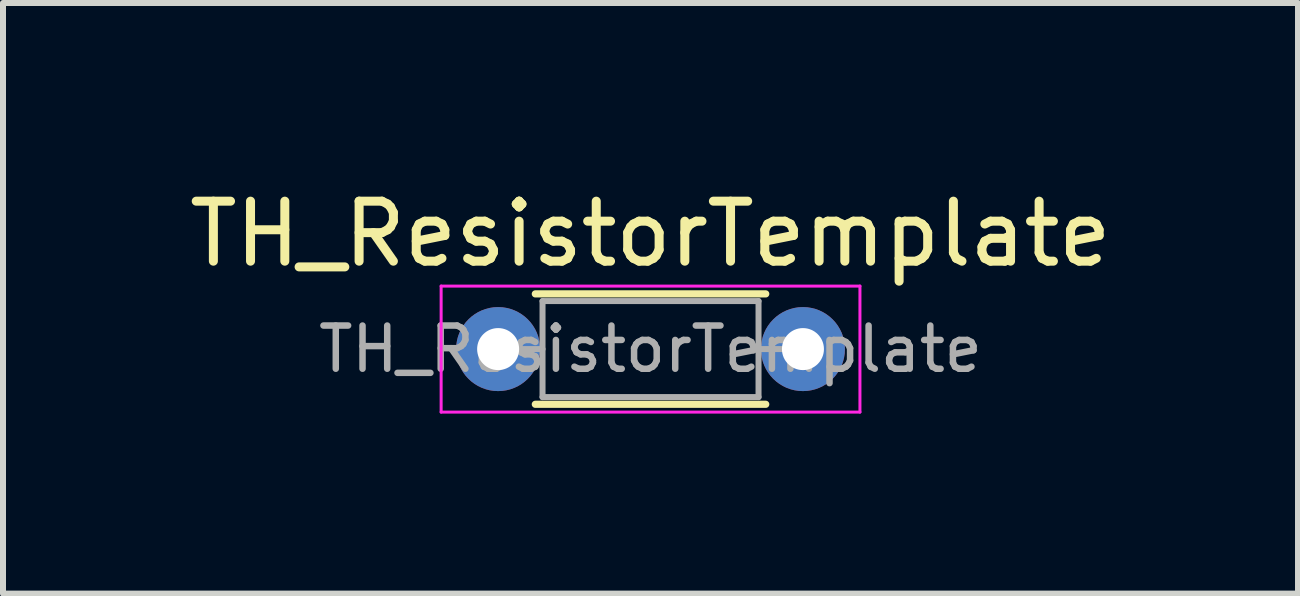
<source format=kicad_pcb>
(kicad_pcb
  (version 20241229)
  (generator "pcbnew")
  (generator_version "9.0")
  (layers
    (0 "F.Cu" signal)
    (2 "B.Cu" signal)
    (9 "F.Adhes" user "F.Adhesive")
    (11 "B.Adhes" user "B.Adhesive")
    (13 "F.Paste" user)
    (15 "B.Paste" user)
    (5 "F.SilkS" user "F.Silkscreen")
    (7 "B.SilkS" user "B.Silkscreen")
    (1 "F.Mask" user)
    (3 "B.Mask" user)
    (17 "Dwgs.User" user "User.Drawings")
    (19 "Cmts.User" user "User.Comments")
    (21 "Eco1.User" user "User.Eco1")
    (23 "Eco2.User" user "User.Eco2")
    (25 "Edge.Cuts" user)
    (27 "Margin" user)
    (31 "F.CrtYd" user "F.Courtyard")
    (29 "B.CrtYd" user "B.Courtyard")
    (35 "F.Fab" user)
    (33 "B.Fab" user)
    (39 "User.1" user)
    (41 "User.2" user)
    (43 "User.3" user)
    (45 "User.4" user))
  (footprint "TH_ResistorTemplate"
    (layer "F.Cu")
    (at 5.252 2.768)
    (property "Reference" "TH_ResistorTemplate" (at 2.54 -1.92 0) (layer "F.SilkS") (effects (font (size 1 1) (thickness 0.15))))
    (attr through_hole)
    (fp_line (start 0.62 -0.92) (end 4.46 -0.92) (stroke (width 0.12) (type solid)) (layer "F.SilkS"))
    (fp_line (start 0.62 0.92) (end 4.46 0.92) (stroke (width 0.12) (type solid)) (layer "F.SilkS"))
    (fp_line (start -0.95 -1.05) (end -0.95 1.05) (stroke (width 0.05) (type solid)) (layer "F.CrtYd"))
    (fp_line (start -0.95 1.05) (end 6.03 1.05) (stroke (width 0.05) (type solid)) (layer "F.CrtYd"))
    (fp_line (start 6.03 -1.05) (end -0.95 -1.05) (stroke (width 0.05) (type solid)) (layer "F.CrtYd"))
    (fp_line (start 6.03 1.05) (end 6.03 -1.05) (stroke (width 0.05) (type solid)) (layer "F.CrtYd"))
    (fp_line (start 0 0) (end 0.74 0) (stroke (width 0.1) (type solid)) (layer "F.Fab"))
    (fp_line (start 0.74 -0.8) (end 0.74 0.8) (stroke (width 0.1) (type solid)) (layer "F.Fab"))
    (fp_line (start 0.74 0.8) (end 4.34 0.8) (stroke (width 0.1) (type solid)) (layer "F.Fab"))
    (fp_line (start 4.34 -0.8) (end 0.74 -0.8) (stroke (width 0.1) (type solid)) (layer "F.Fab"))
    (fp_line (start 4.34 0.8) (end 4.34 -0.8) (stroke (width 0.1) (type solid)) (layer "F.Fab"))
    (fp_line (start 5.08 0) (end 4.34 0) (stroke (width 0.1) (type solid)) (layer "F.Fab"))
    (fp_text user "${REFERENCE}" (at 2.54 0 0) (layer "F.Fab") (effects (font (size 0.72 0.72) (thickness 0.108))))
    (pad "1" thru_hole circle (at 0 0) (size 1.4 1.4) (drill 0.7) (layers "*.Cu" "*.Mask"))
    (pad "2" thru_hole oval (at 5.08 0) (size 1.4 1.4) (drill 0.7) (layers "*.Cu" "*.Mask")))
  (gr_rect
    (start -3 -3)
    (end 18.583 6.843)
    (stroke (width 0.1) (type default))
    (fill no)
    (layer "Edge.Cuts")))
</source>
